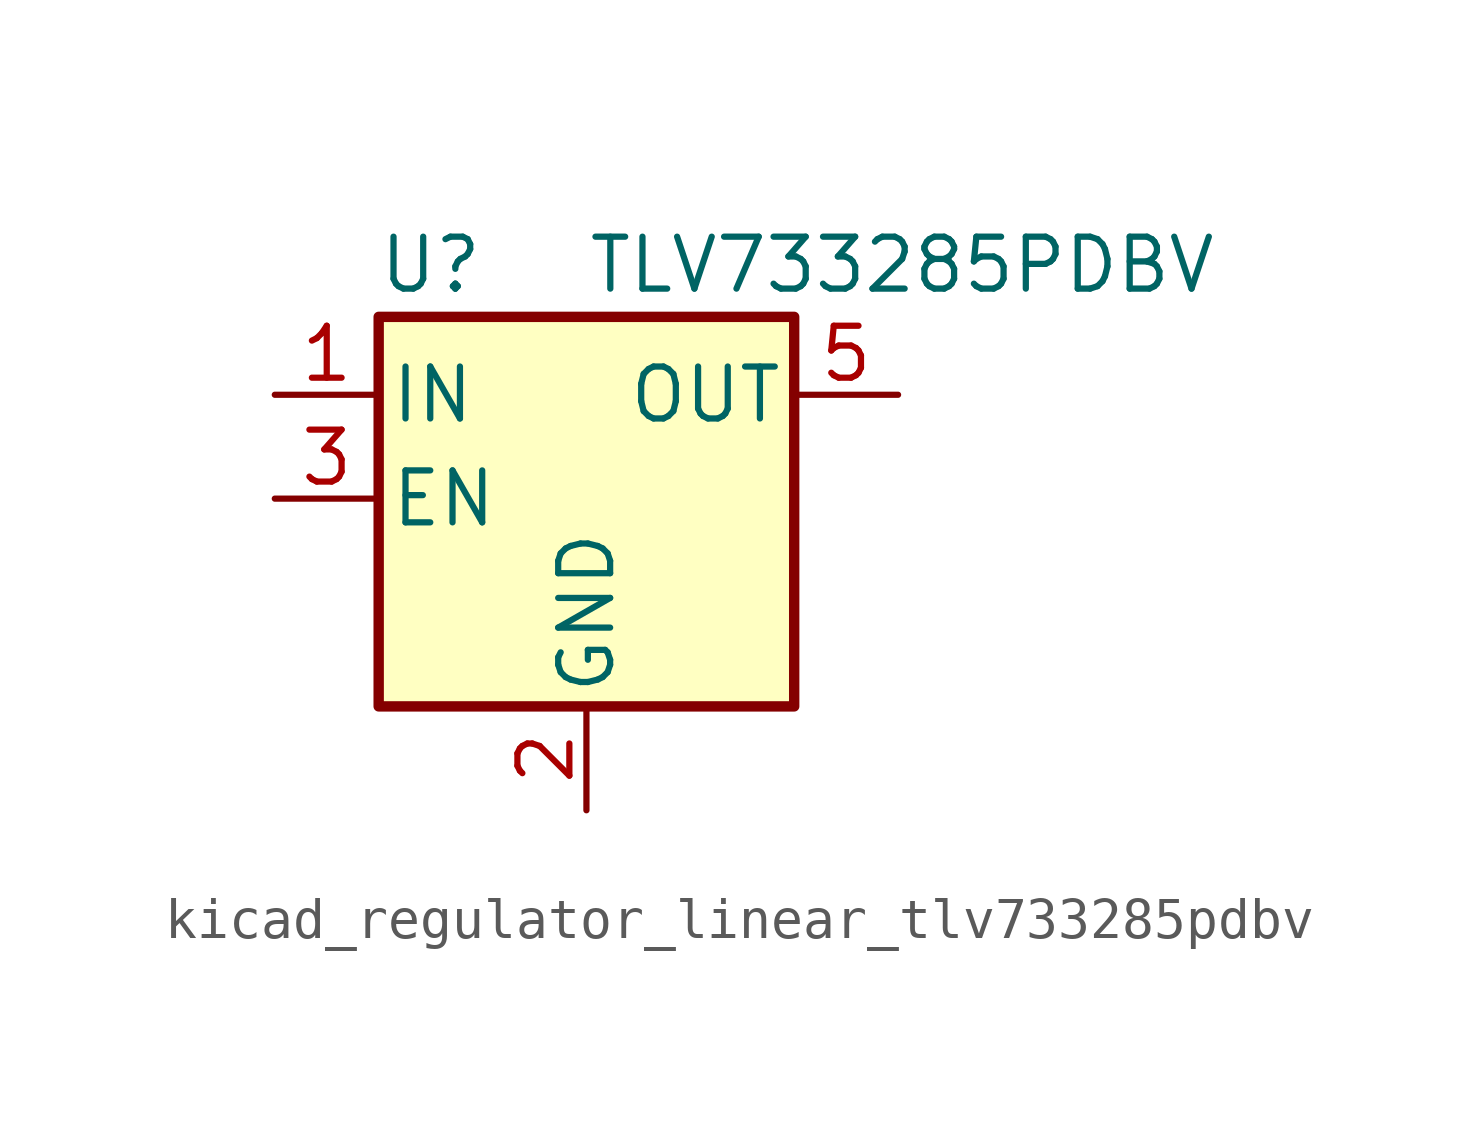
<source format=kicad_sym>
(kicad_symbol_lib
  (version 20220914)
  (generator kicad_symbol_editor)
  (symbol "kicad_regulator_linear_tlv733285pdbv"
    (pin_names
      (offset 0.254))
    (property "Reference" "U"
      (at -3.81 5.715 0)
      (effects (font (size 1.27 1.27))))
    (property "Value" "TLV733285PDBV"
      (at 0 5.715 0)
      (effects (font (size 1.27 1.27)) (justify left)))
    (symbol "kicad_regulator_linear_tlv733285pdbv_0_1"
      (rectangle (start -5.08 4.445) (end 5.08 -5.08) (stroke (width 0.254) (type default)) (fill (type background))))
    (symbol "kicad_regulator_linear_tlv733285pdbv_1_1"
      (pin power_in line (at -7.62 2.54 0) (length 2.54) (name "IN" (effects (font (size 1.27 1.27)))) (number "1" (effects (font (size 1.27 1.27)))))
      (pin power_in line (at 0 -7.62 90) (length 2.54) (name "GND" (effects (font (size 1.27 1.27)))) (number "2" (effects (font (size 1.27 1.27)))))
      (pin input line (at -7.62 0 0) (length 2.54) (name "EN" (effects (font (size 1.27 1.27)))) (number "3" (effects (font (size 1.27 1.27)))))
      (pin no_connect line (at 5.08 0 180) (length 2.54) hide (name "NC" (effects (font (size 1.27 1.27)))) (number "4" (effects (font (size 1.27 1.27)))))
      (pin power_out line (at 7.62 2.54 180) (length 2.54) (name "OUT" (effects (font (size 1.27 1.27)))) (number "5" (effects (font (size 1.27 1.27))))))))
</source>
